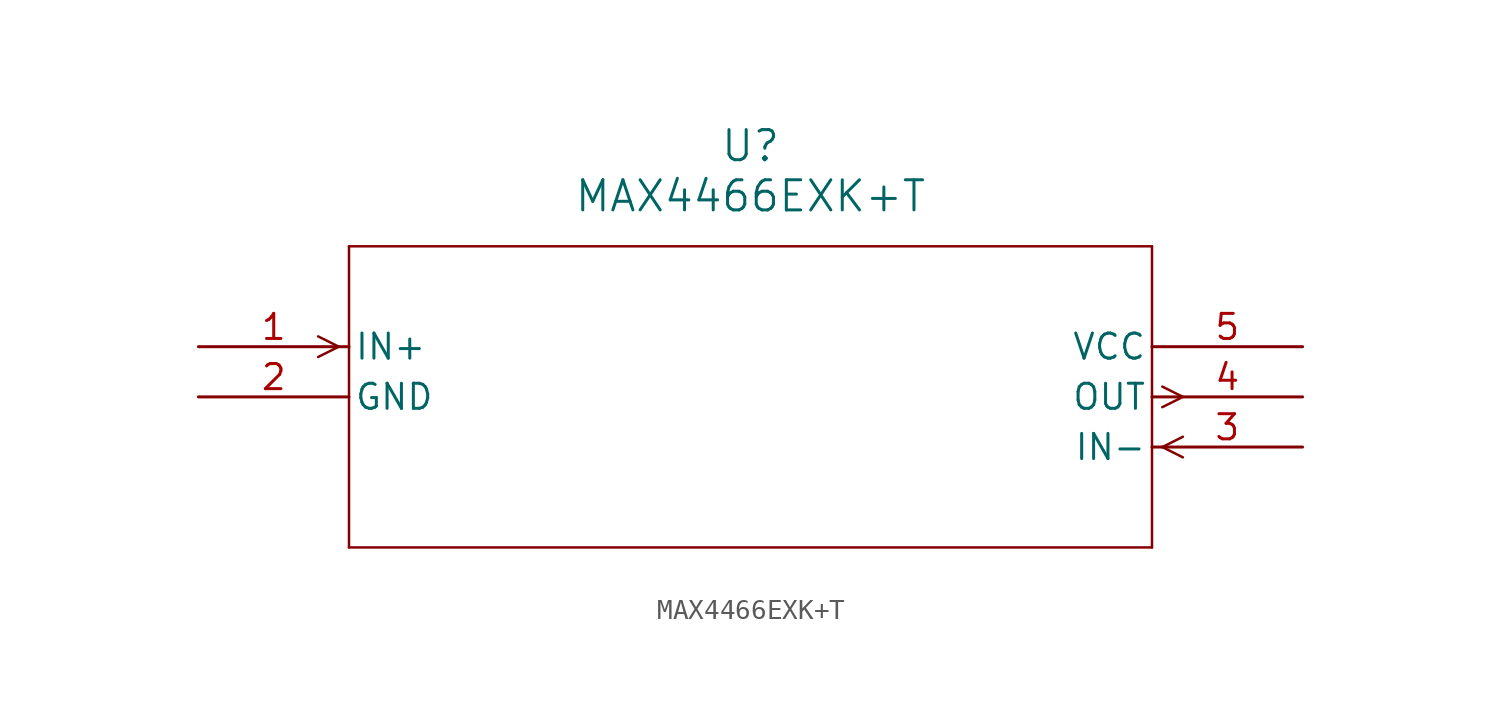
<source format=kicad_sym>
(kicad_symbol_lib
  (version 20211014)
  (generator kicad_symbol_editor)
  (symbol "MAX4466EXK+T"
    (pin_names
      (offset 0.254))
    (property "Reference" "U"
      (at 27.94 10.16 0)
      (effects (font (size 1.524 1.524))))
    (property "Value" "MAX4466EXK+T"
      (at 27.94 7.62 0)
      (effects (font (size 1.524 1.524))))
    (symbol "MAX4466EXK+T_0_1"
      (polyline (pts (xy 7.099 0) (xy 6.058 0.521)) (stroke (width 0.127) (type default) (color 0 0 0 0)) (fill (type none)))
      (polyline (pts (xy 7.099 0) (xy 6.058 -0.521)) (stroke (width 0.127) (type default) (color 0 0 0 0)) (fill (type none)))
      (polyline (pts (xy 48.781 -5.08) (xy 49.822 -4.559)) (stroke (width 0.127) (type default) (color 0 0 0 0)) (fill (type none)))
      (polyline (pts (xy 48.781 -5.08) (xy 49.822 -5.601)) (stroke (width 0.127) (type default) (color 0 0 0 0)) (fill (type none)))
      (polyline (pts (xy 48.781 -2.019) (xy 49.822 -2.54)) (stroke (width 0.127) (type default) (color 0 0 0 0)) (fill (type none)))
      (polyline (pts (xy 48.781 -3.061) (xy 49.822 -2.54)) (stroke (width 0.127) (type default) (color 0 0 0 0)) (fill (type none)))
      (polyline (pts (xy 7.62 5.08) (xy 7.62 -10.16)) (stroke (width 0.127) (type default) (color 0 0 0 0)) (fill (type none)))
      (polyline (pts (xy 7.62 -10.16) (xy 48.26 -10.16)) (stroke (width 0.127) (type default) (color 0 0 0 0)) (fill (type none)))
      (polyline (pts (xy 48.26 -10.16) (xy 48.26 5.08)) (stroke (width 0.127) (type default) (color 0 0 0 0)) (fill (type none)))
      (polyline (pts (xy 48.26 5.08) (xy 7.62 5.08)) (stroke (width 0.127) (type default) (color 0 0 0 0)) (fill (type none)))
      (pin input line (at 0 0 0) (length 7.62) (name "IN+" (effects (font (size 1.27 1.27)))) (number "1" (effects (font (size 1.27 1.27)))))
      (pin power_in line (at 0 -2.54 0) (length 7.62) (name "GND" (effects (font (size 1.27 1.27)))) (number "2" (effects (font (size 1.27 1.27)))))
      (pin input line (at 55.88 -5.08 180) (length 7.62) (name "IN-" (effects (font (size 1.27 1.27)))) (number "3" (effects (font (size 1.27 1.27)))))
      (pin output line (at 55.88 -2.54 180) (length 7.62) (name "OUT" (effects (font (size 1.27 1.27)))) (number "4" (effects (font (size 1.27 1.27)))))
      (pin power_in line (at 55.88 0 180) (length 7.62) (name "VCC" (effects (font (size 1.27 1.27)))) (number "5" (effects (font (size 1.27 1.27))))))))
</source>
